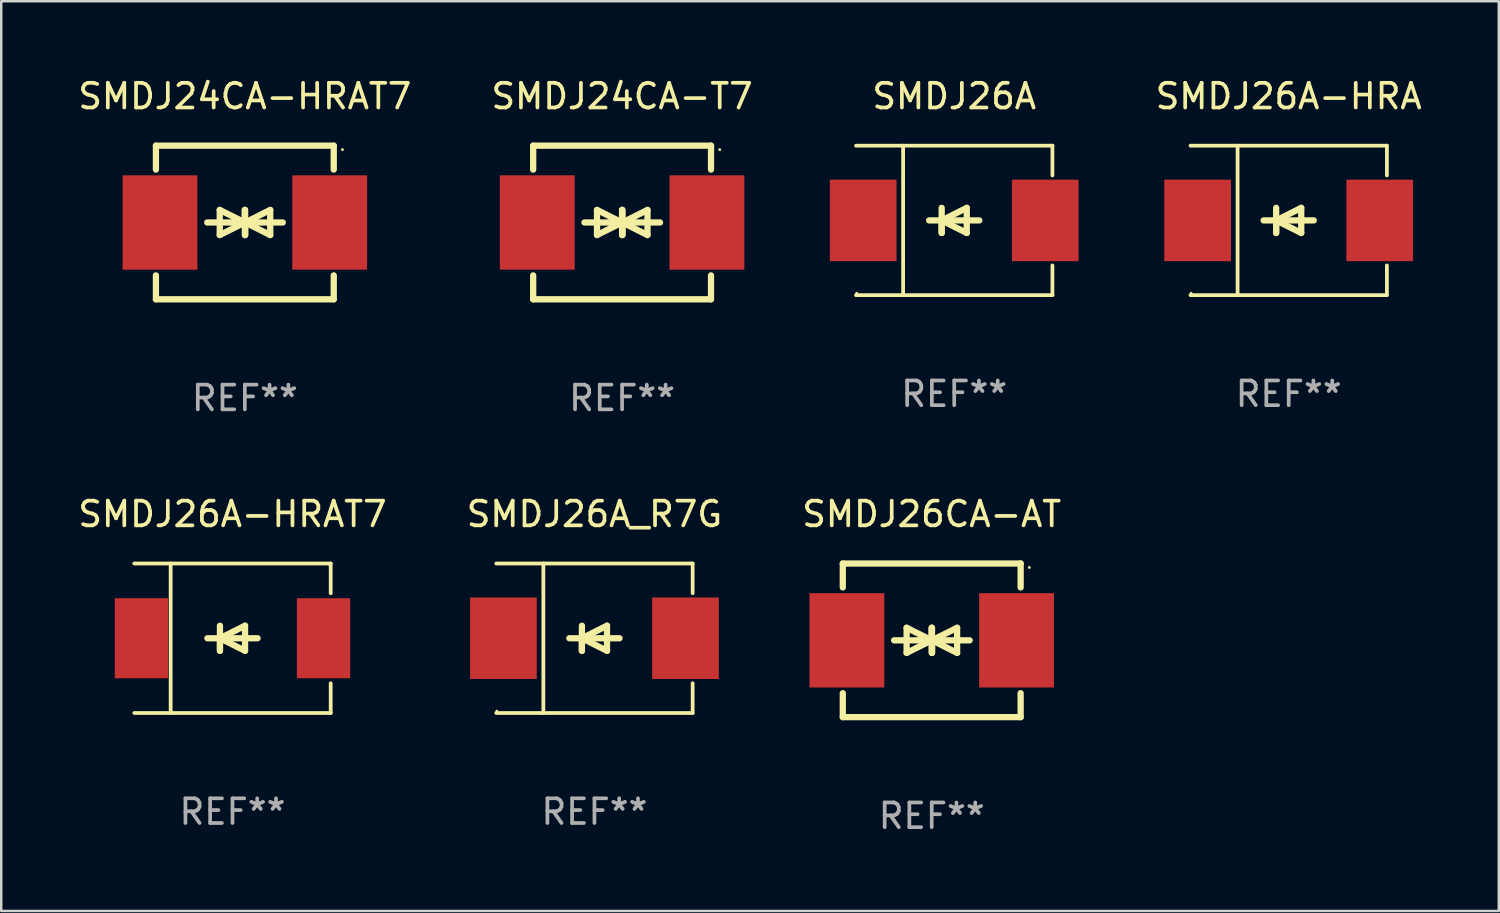
<source format=kicad_pcb>
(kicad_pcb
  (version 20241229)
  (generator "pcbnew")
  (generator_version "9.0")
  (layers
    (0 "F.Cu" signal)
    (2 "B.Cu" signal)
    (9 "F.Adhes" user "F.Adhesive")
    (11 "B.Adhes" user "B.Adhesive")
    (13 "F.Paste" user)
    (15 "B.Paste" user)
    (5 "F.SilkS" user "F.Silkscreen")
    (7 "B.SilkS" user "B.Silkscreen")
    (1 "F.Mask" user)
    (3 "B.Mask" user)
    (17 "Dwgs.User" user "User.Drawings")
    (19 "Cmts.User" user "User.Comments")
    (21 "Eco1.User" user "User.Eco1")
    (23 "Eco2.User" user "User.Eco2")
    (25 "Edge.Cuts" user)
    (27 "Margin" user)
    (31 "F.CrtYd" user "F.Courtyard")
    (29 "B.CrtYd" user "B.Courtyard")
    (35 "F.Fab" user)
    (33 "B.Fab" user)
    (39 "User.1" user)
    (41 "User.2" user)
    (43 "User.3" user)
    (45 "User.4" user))
  (footprint "SMDJ26A-HRA"
    (layer "F.Cu")
    (at 49.126 5.874)
    (property "Reference" "SMDJ26A-HRA" (at 0 -5.026 0) (layer "F.SilkS") (effects (font (size 1 1) (thickness 0.15))))
    (attr through_hole)
    (fp_line (start -3.976 -3.026) (end 3.976 -3.026) (stroke (width 0.152) (type solid)) (layer "F.SilkS"))
    (fp_line (start -3.976 3.026) (end 3.976 3.026) (stroke (width 0.152) (type solid)) (layer "F.SilkS"))
    (fp_line (start -2.069 -3.026) (end -2.069 3.026) (stroke (width 0.152) (type solid)) (layer "F.SilkS"))
    (fp_line (start -0.508 0) (end -0.508 0.508) (stroke (width 0.254) (type solid)) (layer "F.SilkS"))
    (fp_line (start -0.508 0) (end 0.508 0.508) (stroke (width 0.254) (type solid)) (layer "F.SilkS"))
    (fp_line (start -0.508 0.508) (end -0.508 -0.508) (stroke (width 0.254) (type solid)) (layer "F.SilkS"))
    (fp_line (start 0.508 -0.508) (end -0.508 0) (stroke (width 0.254) (type solid)) (layer "F.SilkS"))
    (fp_line (start 0.508 0.508) (end 0.508 -0.508) (stroke (width 0.254) (type solid)) (layer "F.SilkS"))
    (fp_line (start 1.016 0) (end -1.016 0) (stroke (width 0.254) (type solid)) (layer "F.SilkS"))
    (fp_line (start 3.976 -3.026) (end 3.976 -1.823) (stroke (width 0.152) (type solid)) (layer "F.SilkS"))
    (fp_line (start 3.976 3.026) (end 3.976 1.823) (stroke (width 0.152) (type solid)) (layer "F.SilkS"))
    (fp_circle (center -3.95 2.95) (end -3.92 2.95) (stroke (width 0.06) (type solid)) (fill no) (layer "F.SilkS"))
    (fp_text user "REF**" (at 0 7.026 0) (layer "F.Fab") (effects (font (size 1 1) (thickness 0.15))))
    (pad "1" smd rect (at -3.686 0) (size 2.7 3.3) (layers "F.Cu" "F.Mask" "F.Paste"))
    (pad "2" smd rect (at 3.686 0) (size 2.7 3.3) (layers "F.Cu" "F.Mask" "F.Paste")))
  (footprint "SMDJ24CA-HRAT7"
    (layer "F.Cu")
    (at 6.863 5.958)
    (property "Reference" "SMDJ24CA-HRAT7" (at 0 -5.11 0) (layer "F.SilkS") (effects (font (size 1 1) (thickness 0.15))))
    (attr through_hole)
    (fp_line (start -3.6 -2.141) (end -3.6 -3.11) (stroke (width 0.254) (type solid)) (layer "F.SilkS"))
    (fp_line (start -3.6 3.11) (end -3.6 2.141) (stroke (width 0.254) (type solid)) (layer "F.SilkS"))
    (fp_line (start -1.524 0) (end 0.508 0) (stroke (width 0.254) (type solid)) (layer "F.SilkS"))
    (fp_line (start -1.016 -0.508) (end -1.016 0.508) (stroke (width 0.254) (type solid)) (layer "F.SilkS"))
    (fp_line (start -1.016 0.508) (end 0 0) (stroke (width 0.254) (type solid)) (layer "F.SilkS"))
    (fp_line (start 0 -0.508) (end 0 0.508) (stroke (width 0.254) (type solid)) (layer "F.SilkS"))
    (fp_line (start 0 0) (end -1.016 -0.508) (stroke (width 0.254) (type solid)) (layer "F.SilkS"))
    (fp_line (start 0 0) (end 0 -0.508) (stroke (width 0.254) (type solid)) (layer "F.SilkS"))
    (fp_line (start 0.012 0) (end 0.012 0.508) (stroke (width 0.254) (type solid)) (layer "F.SilkS"))
    (fp_line (start 0.012 0) (end 1.028 0.508) (stroke (width 0.254) (type solid)) (layer "F.SilkS"))
    (fp_line (start 0.012 0.508) (end 0.012 -0.508) (stroke (width 0.254) (type solid)) (layer "F.SilkS"))
    (fp_line (start 1.028 -0.508) (end 0.012 0) (stroke (width 0.254) (type solid)) (layer "F.SilkS"))
    (fp_line (start 1.028 0.508) (end 1.028 -0.508) (stroke (width 0.254) (type solid)) (layer "F.SilkS"))
    (fp_line (start 1.536 0) (end -0.496 0) (stroke (width 0.254) (type solid)) (layer "F.SilkS"))
    (fp_line (start 3.6 -3.11) (end -3.6 -3.11) (stroke (width 0.254) (type solid)) (layer "F.SilkS"))
    (fp_line (start 3.6 -2.141) (end 3.6 -3.11) (stroke (width 0.254) (type solid)) (layer "F.SilkS"))
    (fp_line (start 3.6 3.11) (end -3.6 3.11) (stroke (width 0.254) (type solid)) (layer "F.SilkS"))
    (fp_line (start 3.6 3.11) (end 3.6 2.141) (stroke (width 0.254) (type solid)) (layer "F.SilkS"))
    (fp_circle (center 3.952 -2.95) (end 3.982 -2.95) (stroke (width 0.06) (type solid)) (fill no) (layer "F.SilkS"))
    (fp_text user "REF**" (at 0 7.11 0) (layer "F.Fab") (effects (font (size 1 1) (thickness 0.15))))
    (pad "1" smd rect (at 3.435 0) (size 3.03 3.82) (layers "F.Cu" "F.Mask" "F.Paste"))
    (pad "2" smd rect (at -3.435 0) (size 3.03 3.82) (layers "F.Cu" "F.Mask" "F.Paste")))
  (footprint "SMDJ26CA-AT"
    (layer "F.Cu")
    (at 34.673 22.875)
    (property "Reference" "SMDJ26CA-AT" (at 0 -5.11 0) (layer "F.SilkS") (effects (font (size 1 1) (thickness 0.15))))
    (attr through_hole)
    (fp_line (start -3.6 -2.141) (end -3.6 -3.11) (stroke (width 0.254) (type solid)) (layer "F.SilkS"))
    (fp_line (start -3.6 3.11) (end -3.6 2.141) (stroke (width 0.254) (type solid)) (layer "F.SilkS"))
    (fp_line (start -1.524 0) (end 0.508 0) (stroke (width 0.254) (type solid)) (layer "F.SilkS"))
    (fp_line (start -1.016 -0.508) (end -1.016 0.508) (stroke (width 0.254) (type solid)) (layer "F.SilkS"))
    (fp_line (start -1.016 0.508) (end 0 0) (stroke (width 0.254) (type solid)) (layer "F.SilkS"))
    (fp_line (start 0 -0.508) (end 0 0.508) (stroke (width 0.254) (type solid)) (layer "F.SilkS"))
    (fp_line (start 0 0) (end -1.016 -0.508) (stroke (width 0.254) (type solid)) (layer "F.SilkS"))
    (fp_line (start 0 0) (end 0 -0.508) (stroke (width 0.254) (type solid)) (layer "F.SilkS"))
    (fp_line (start 0.012 0) (end 0.012 0.508) (stroke (width 0.254) (type solid)) (layer "F.SilkS"))
    (fp_line (start 0.012 0) (end 1.028 0.508) (stroke (width 0.254) (type solid)) (layer "F.SilkS"))
    (fp_line (start 0.012 0.508) (end 0.012 -0.508) (stroke (width 0.254) (type solid)) (layer "F.SilkS"))
    (fp_line (start 1.028 -0.508) (end 0.012 0) (stroke (width 0.254) (type solid)) (layer "F.SilkS"))
    (fp_line (start 1.028 0.508) (end 1.028 -0.508) (stroke (width 0.254) (type solid)) (layer "F.SilkS"))
    (fp_line (start 1.536 0) (end -0.496 0) (stroke (width 0.254) (type solid)) (layer "F.SilkS"))
    (fp_line (start 3.6 -3.11) (end -3.6 -3.11) (stroke (width 0.254) (type solid)) (layer "F.SilkS"))
    (fp_line (start 3.6 -2.141) (end 3.6 -3.11) (stroke (width 0.254) (type solid)) (layer "F.SilkS"))
    (fp_line (start 3.6 3.11) (end -3.6 3.11) (stroke (width 0.254) (type solid)) (layer "F.SilkS"))
    (fp_line (start 3.6 3.11) (end 3.6 2.141) (stroke (width 0.254) (type solid)) (layer "F.SilkS"))
    (fp_circle (center 3.952 -2.95) (end 3.982 -2.95) (stroke (width 0.06) (type solid)) (fill no) (layer "F.SilkS"))
    (fp_text user "REF**" (at 0 7.11 0) (layer "F.Fab") (effects (font (size 1 1) (thickness 0.15))))
    (pad "1" smd rect (at 3.435 0) (size 3.03 3.82) (layers "F.Cu" "F.Mask" "F.Paste"))
    (pad "2" smd rect (at -3.435 0) (size 3.03 3.82) (layers "F.Cu" "F.Mask" "F.Paste")))
  (footprint "SMDJ26A_R7G"
    (layer "F.Cu")
    (at 21.018 22.791)
    (property "Reference" "SMDJ26A_R7G" (at 0 -5.026 0) (layer "F.SilkS") (effects (font (size 1 1) (thickness 0.15))))
    (attr through_hole)
    (fp_line (start -3.976 -3.026) (end 3.976 -3.026) (stroke (width 0.152) (type solid)) (layer "F.SilkS"))
    (fp_line (start -3.976 3.026) (end 3.976 3.026) (stroke (width 0.152) (type solid)) (layer "F.SilkS"))
    (fp_line (start -2.069 -3.026) (end -2.069 3.026) (stroke (width 0.152) (type solid)) (layer "F.SilkS"))
    (fp_line (start -0.508 0) (end -0.508 0.508) (stroke (width 0.254) (type solid)) (layer "F.SilkS"))
    (fp_line (start -0.508 0) (end 0.508 0.508) (stroke (width 0.254) (type solid)) (layer "F.SilkS"))
    (fp_line (start -0.508 0.508) (end -0.508 -0.508) (stroke (width 0.254) (type solid)) (layer "F.SilkS"))
    (fp_line (start 0.508 -0.508) (end -0.508 0) (stroke (width 0.254) (type solid)) (layer "F.SilkS"))
    (fp_line (start 0.508 0.508) (end 0.508 -0.508) (stroke (width 0.254) (type solid)) (layer "F.SilkS"))
    (fp_line (start 1.016 0) (end -1.016 0) (stroke (width 0.254) (type solid)) (layer "F.SilkS"))
    (fp_line (start 3.976 -3.026) (end 3.976 -1.823) (stroke (width 0.152) (type solid)) (layer "F.SilkS"))
    (fp_line (start 3.976 3.026) (end 3.976 1.823) (stroke (width 0.152) (type solid)) (layer "F.SilkS"))
    (fp_circle (center -3.95 2.95) (end -3.92 2.95) (stroke (width 0.06) (type solid)) (fill no) (layer "F.SilkS"))
    (fp_text user "REF**" (at 0 7.026 0) (layer "F.Fab") (effects (font (size 1 1) (thickness 0.15))))
    (pad "1" smd rect (at -3.686 0) (size 2.7 3.3) (layers "F.Cu" "F.Mask" "F.Paste"))
    (pad "2" smd rect (at 3.686 0) (size 2.7 3.3) (layers "F.Cu" "F.Mask" "F.Paste")))
  (footprint "SMDJ26A"
    (layer "F.Cu")
    (at 35.584 5.874)
    (property "Reference" "SMDJ26A" (at 0 -5.026 0) (layer "F.SilkS") (effects (font (size 1 1) (thickness 0.15))))
    (attr through_hole)
    (fp_line (start -3.976 -3.026) (end 3.976 -3.026) (stroke (width 0.152) (type solid)) (layer "F.SilkS"))
    (fp_line (start -3.976 3.026) (end 3.976 3.026) (stroke (width 0.152) (type solid)) (layer "F.SilkS"))
    (fp_line (start -2.069 -3.026) (end -2.069 3.026) (stroke (width 0.152) (type solid)) (layer "F.SilkS"))
    (fp_line (start -0.508 0) (end -0.508 0.508) (stroke (width 0.254) (type solid)) (layer "F.SilkS"))
    (fp_line (start -0.508 0) (end 0.508 0.508) (stroke (width 0.254) (type solid)) (layer "F.SilkS"))
    (fp_line (start -0.508 0.508) (end -0.508 -0.508) (stroke (width 0.254) (type solid)) (layer "F.SilkS"))
    (fp_line (start 0.508 -0.508) (end -0.508 0) (stroke (width 0.254) (type solid)) (layer "F.SilkS"))
    (fp_line (start 0.508 0.508) (end 0.508 -0.508) (stroke (width 0.254) (type solid)) (layer "F.SilkS"))
    (fp_line (start 1.016 0) (end -1.016 0) (stroke (width 0.254) (type solid)) (layer "F.SilkS"))
    (fp_line (start 3.976 -3.026) (end 3.976 -1.823) (stroke (width 0.152) (type solid)) (layer "F.SilkS"))
    (fp_line (start 3.976 3.026) (end 3.976 1.823) (stroke (width 0.152) (type solid)) (layer "F.SilkS"))
    (fp_circle (center -3.95 2.95) (end -3.92 2.95) (stroke (width 0.06) (type solid)) (fill no) (layer "F.SilkS"))
    (fp_text user "REF**" (at 0 7.026 0) (layer "F.Fab") (effects (font (size 1 1) (thickness 0.15))))
    (pad "1" smd rect (at -3.686 0) (size 2.7 3.3) (layers "F.Cu" "F.Mask" "F.Paste"))
    (pad "2" smd rect (at 3.686 0) (size 2.7 3.3) (layers "F.Cu" "F.Mask" "F.Paste")))
  (footprint "SMDJ24CA-T7"
    (layer "F.Cu")
    (at 22.137 5.958)
    (property "Reference" "SMDJ24CA-T7" (at 0 -5.11 0) (layer "F.SilkS") (effects (font (size 1 1) (thickness 0.15))))
    (attr through_hole)
    (fp_line (start -3.6 -2.141) (end -3.6 -3.11) (stroke (width 0.254) (type solid)) (layer "F.SilkS"))
    (fp_line (start -3.6 3.11) (end -3.6 2.141) (stroke (width 0.254) (type solid)) (layer "F.SilkS"))
    (fp_line (start -1.524 0) (end 0.508 0) (stroke (width 0.254) (type solid)) (layer "F.SilkS"))
    (fp_line (start -1.016 -0.508) (end -1.016 0.508) (stroke (width 0.254) (type solid)) (layer "F.SilkS"))
    (fp_line (start -1.016 0.508) (end 0 0) (stroke (width 0.254) (type solid)) (layer "F.SilkS"))
    (fp_line (start 0 -0.508) (end 0 0.508) (stroke (width 0.254) (type solid)) (layer "F.SilkS"))
    (fp_line (start 0 0) (end -1.016 -0.508) (stroke (width 0.254) (type solid)) (layer "F.SilkS"))
    (fp_line (start 0 0) (end 0 -0.508) (stroke (width 0.254) (type solid)) (layer "F.SilkS"))
    (fp_line (start 0.012 0) (end 0.012 0.508) (stroke (width 0.254) (type solid)) (layer "F.SilkS"))
    (fp_line (start 0.012 0) (end 1.028 0.508) (stroke (width 0.254) (type solid)) (layer "F.SilkS"))
    (fp_line (start 0.012 0.508) (end 0.012 -0.508) (stroke (width 0.254) (type solid)) (layer "F.SilkS"))
    (fp_line (start 1.028 -0.508) (end 0.012 0) (stroke (width 0.254) (type solid)) (layer "F.SilkS"))
    (fp_line (start 1.028 0.508) (end 1.028 -0.508) (stroke (width 0.254) (type solid)) (layer "F.SilkS"))
    (fp_line (start 1.536 0) (end -0.496 0) (stroke (width 0.254) (type solid)) (layer "F.SilkS"))
    (fp_line (start 3.6 -3.11) (end -3.6 -3.11) (stroke (width 0.254) (type solid)) (layer "F.SilkS"))
    (fp_line (start 3.6 -2.141) (end 3.6 -3.11) (stroke (width 0.254) (type solid)) (layer "F.SilkS"))
    (fp_line (start 3.6 3.11) (end -3.6 3.11) (stroke (width 0.254) (type solid)) (layer "F.SilkS"))
    (fp_line (start 3.6 3.11) (end 3.6 2.141) (stroke (width 0.254) (type solid)) (layer "F.SilkS"))
    (fp_circle (center 3.952 -2.95) (end 3.982 -2.95) (stroke (width 0.06) (type solid)) (fill no) (layer "F.SilkS"))
    (fp_text user "REF**" (at 0 7.11 0) (layer "F.Fab") (effects (font (size 1 1) (thickness 0.15))))
    (pad "1" smd rect (at 3.435 0) (size 3.03 3.82) (layers "F.Cu" "F.Mask" "F.Paste"))
    (pad "2" smd rect (at -3.435 0) (size 3.03 3.82) (layers "F.Cu" "F.Mask" "F.Paste")))
  (footprint "SMDJ26A-HRAT7"
    (layer "F.Cu")
    (at 6.363 22.791)
    (property "Reference" "SMDJ26A-HRAT7" (at 0 -5.026 0) (layer "F.SilkS") (effects (font (size 1 1) (thickness 0.15))))
    (attr through_hole)
    (fp_line (start -3.976 -3.026) (end 3.976 -3.026) (stroke (width 0.152) (type solid)) (layer "F.SilkS"))
    (fp_line (start -3.976 3.026) (end 3.976 3.026) (stroke (width 0.152) (type solid)) (layer "F.SilkS"))
    (fp_line (start -2.504 -3.026) (end -2.504 3.026) (stroke (width 0.152) (type solid)) (layer "F.SilkS"))
    (fp_line (start -0.508 0) (end -0.508 0.508) (stroke (width 0.254) (type solid)) (layer "F.SilkS"))
    (fp_line (start -0.508 0) (end 0.508 0.508) (stroke (width 0.254) (type solid)) (layer "F.SilkS"))
    (fp_line (start -0.508 0.508) (end -0.508 -0.508) (stroke (width 0.254) (type solid)) (layer "F.SilkS"))
    (fp_line (start 0.508 -0.508) (end -0.508 0) (stroke (width 0.254) (type solid)) (layer "F.SilkS"))
    (fp_line (start 0.508 0.508) (end 0.508 -0.508) (stroke (width 0.254) (type solid)) (layer "F.SilkS"))
    (fp_line (start 1.016 0) (end -1.016 0) (stroke (width 0.254) (type solid)) (layer "F.SilkS"))
    (fp_line (start 3.976 -3.026) (end 3.976 -1.823) (stroke (width 0.152) (type solid)) (layer "F.SilkS"))
    (fp_line (start 3.976 3.026) (end 3.976 1.823) (stroke (width 0.152) (type solid)) (layer "F.SilkS"))
    (fp_circle (center 3.95 -2.95) (end 3.98 -2.95) (stroke (width 0.06) (type solid)) (fill no) (layer "F.SilkS"))
    (fp_text user "REF**" (at 0 7.026 0) (layer "F.Fab") (effects (font (size 1 1) (thickness 0.15))))
    (pad "1" smd rect (at 3.686 0 180) (size 2.158 3.24) (layers "F.Cu" "F.Mask" "F.Paste"))
    (pad "2" smd rect (at -3.686 0 180) (size 2.158 3.24) (layers "F.Cu" "F.Mask" "F.Paste")))
  (gr_rect
    (start -3 -3)
    (end 57.632 33.833)
    (stroke (width 0.1) (type default))
    (fill no)
    (layer "Edge.Cuts")))
</source>
